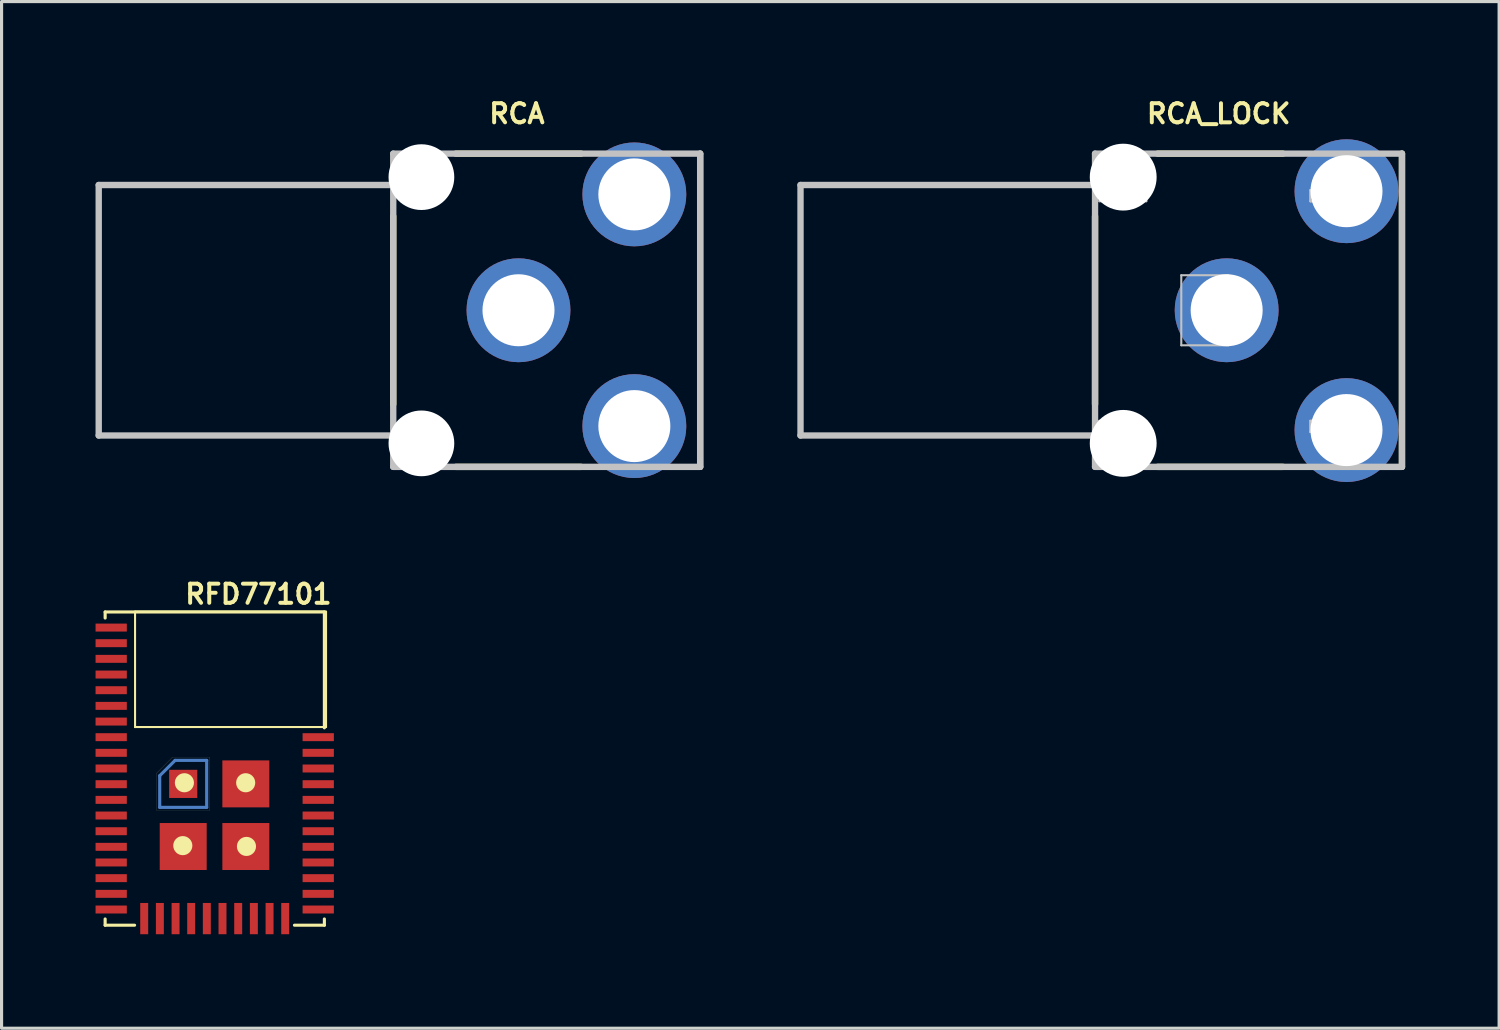
<source format=kicad_pcb>
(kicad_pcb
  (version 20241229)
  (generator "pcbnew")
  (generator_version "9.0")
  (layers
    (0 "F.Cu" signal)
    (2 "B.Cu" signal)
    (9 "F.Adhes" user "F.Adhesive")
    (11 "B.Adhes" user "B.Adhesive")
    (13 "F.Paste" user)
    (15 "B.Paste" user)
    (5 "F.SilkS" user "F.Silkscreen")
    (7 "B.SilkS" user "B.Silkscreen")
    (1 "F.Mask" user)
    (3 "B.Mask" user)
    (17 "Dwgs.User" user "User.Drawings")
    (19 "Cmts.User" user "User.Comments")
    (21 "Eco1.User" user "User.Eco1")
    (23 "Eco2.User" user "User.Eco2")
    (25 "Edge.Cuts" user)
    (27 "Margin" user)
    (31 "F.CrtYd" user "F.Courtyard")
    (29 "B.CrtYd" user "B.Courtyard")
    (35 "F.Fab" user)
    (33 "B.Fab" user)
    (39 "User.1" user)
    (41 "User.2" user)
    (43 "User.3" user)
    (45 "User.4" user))
  (footprint "RCA"
    (layer "F.Cu")
    (at 13.5 6.853)
    (property "Reference" "RCA" (at -0.051 -6.274 0) (layer "F.SilkS") (effects (font (size 0.61 0.61) (thickness 0.127))))
    (attr exclude_from_pos_files exclude_from_bom)
    (fp_line (start -3.998 -3) (end -3.998 3) (stroke (width 0.203) (type solid)) (layer "F.SilkS"))
    (fp_line (start -1.999 -4.999) (end 1.999 -4.999) (stroke (width 0.203) (type solid)) (layer "F.SilkS"))
    (fp_line (start -1.999 4.999) (end 1.999 4.999) (stroke (width 0.203) (type solid)) (layer "F.SilkS"))
    (fp_line (start 5.799 -4.999) (end 5.799 4.999) (stroke (width 0.203) (type solid)) (layer "F.SilkS"))
    (fp_line (start -13.399 -3.998) (end -13.399 3.998) (stroke (width 0.203) (type solid)) (layer "Dwgs.User"))
    (fp_line (start -13.399 3.998) (end -3.998 3.998) (stroke (width 0.203) (type solid)) (layer "Dwgs.User"))
    (fp_line (start -3.998 -4.999) (end -3.998 4.999) (stroke (width 0.203) (type solid)) (layer "Dwgs.User"))
    (fp_line (start -3.998 -3.998) (end -13.399 -3.998) (stroke (width 0.203) (type solid)) (layer "Dwgs.User"))
    (fp_line (start -3.998 4.999) (end 5.799 4.999) (stroke (width 0.203) (type solid)) (layer "Dwgs.User"))
    (fp_line (start 5.799 -4.999) (end -3.998 -4.999) (stroke (width 0.203) (type solid)) (layer "Dwgs.User"))
    (fp_line (start 5.799 4.999) (end 5.799 -4.999) (stroke (width 0.203) (type solid)) (layer "Dwgs.User"))
    (pad "" np_thru_hole circle (at -3.099 -4.249) (size 2.098 2.098) (drill 2.098) (layers "*.Cu" "*.Mask"))
    (pad "" np_thru_hole circle (at -3.099 4.249) (size 2.098 2.098) (drill 2.098) (layers "*.Cu" "*.Mask"))
    (pad "PIN" thru_hole circle (at 3.698 -3.698) (size 3.315 3.315) (drill 2.299) (layers "*.Cu" "*.Paste" "*.Mask"))
    (pad "SHEL" thru_hole circle (at 0 0) (size 3.315 3.315) (drill 2.299) (layers "*.Cu" "*.Paste" "*.Mask"))
    (pad "SWIT" thru_hole circle (at 3.698 3.698) (size 3.315 3.315) (drill 2.299) (layers "*.Cu" "*.Paste" "*.Mask")))
  (footprint "RCA_LOCK"
    (layer "F.Cu")
    (at 35.901 6.853)
    (property "Reference" "RCA_LOCK" (at -0.051 -6.274 0) (layer "F.SilkS") (effects (font (size 0.61 0.61) (thickness 0.127))))
    (attr exclude_from_pos_files exclude_from_bom)
    (fp_line (start -3.998 -3) (end -3.998 3) (stroke (width 0.203) (type solid)) (layer "F.SilkS"))
    (fp_line (start -1.999 -4.999) (end 1.999 -4.999) (stroke (width 0.203) (type solid)) (layer "F.SilkS"))
    (fp_line (start -1.999 4.999) (end 1.999 4.999) (stroke (width 0.203) (type solid)) (layer "F.SilkS"))
    (fp_line (start 5.799 -4.999) (end 5.799 4.999) (stroke (width 0.203) (type solid)) (layer "F.SilkS"))
    (fp_line (start -13.399 -3.998) (end -13.399 3.998) (stroke (width 0.203) (type solid)) (layer "Dwgs.User"))
    (fp_line (start -13.399 3.998) (end -3.998 3.998) (stroke (width 0.203) (type solid)) (layer "Dwgs.User"))
    (fp_line (start -3.998 -4.999) (end -3.998 4.999) (stroke (width 0.203) (type solid)) (layer "Dwgs.User"))
    (fp_line (start -3.998 -3.998) (end -13.399 -3.998) (stroke (width 0.203) (type solid)) (layer "Dwgs.User"))
    (fp_line (start -3.998 4.999) (end 5.799 4.999) (stroke (width 0.203) (type solid)) (layer "Dwgs.User"))
    (fp_line (start -3.861 -4.978) (end -2.362 -4.978) (stroke (width 0.066) (type solid)) (layer "Dwgs.User"))
    (fp_line (start -3.861 -3.48) (end -3.861 -4.978) (stroke (width 0.066) (type solid)) (layer "Dwgs.User"))
    (fp_line (start -3.861 -3.48) (end -2.362 -3.48) (stroke (width 0.066) (type solid)) (layer "Dwgs.User"))
    (fp_line (start -3.861 3.531) (end -2.362 3.531) (stroke (width 0.066) (type solid)) (layer "Dwgs.User"))
    (fp_line (start -3.861 5.029) (end -3.861 3.531) (stroke (width 0.066) (type solid)) (layer "Dwgs.User"))
    (fp_line (start -3.861 5.029) (end -2.362 5.029) (stroke (width 0.066) (type solid)) (layer "Dwgs.User"))
    (fp_line (start -2.362 -3.48) (end -2.362 -4.978) (stroke (width 0.066) (type solid)) (layer "Dwgs.User"))
    (fp_line (start -2.362 5.029) (end -2.362 3.531) (stroke (width 0.066) (type solid)) (layer "Dwgs.User"))
    (fp_line (start -1.245 -1.118) (end 0.254 -1.118) (stroke (width 0.066) (type solid)) (layer "Dwgs.User"))
    (fp_line (start -1.245 1.118) (end -1.245 -1.118) (stroke (width 0.066) (type solid)) (layer "Dwgs.User"))
    (fp_line (start -1.245 1.118) (end 0.254 1.118) (stroke (width 0.066) (type solid)) (layer "Dwgs.User"))
    (fp_line (start 0.254 1.118) (end 0.254 -1.118) (stroke (width 0.066) (type solid)) (layer "Dwgs.User"))
    (fp_line (start 2.87 -3.835) (end 5.105 -3.835) (stroke (width 0.066) (type solid)) (layer "Dwgs.User"))
    (fp_line (start 2.87 -3.48) (end 2.87 -3.835) (stroke (width 0.066) (type solid)) (layer "Dwgs.User"))
    (fp_line (start 2.87 -3.48) (end 5.105 -3.48) (stroke (width 0.066) (type solid)) (layer "Dwgs.User"))
    (fp_line (start 2.87 3.531) (end 5.105 3.531) (stroke (width 0.066) (type solid)) (layer "Dwgs.User"))
    (fp_line (start 2.87 3.886) (end 2.87 3.531) (stroke (width 0.066) (type solid)) (layer "Dwgs.User"))
    (fp_line (start 2.87 3.886) (end 5.105 3.886) (stroke (width 0.066) (type solid)) (layer "Dwgs.User"))
    (fp_line (start 4.47 -3.454) (end 2.87 -3.454) (stroke (width 0.025) (type solid)) (layer "Dwgs.User"))
    (fp_line (start 4.47 3.505) (end 2.87 3.505) (stroke (width 0.025) (type solid)) (layer "Dwgs.User"))
    (fp_line (start 5.105 -3.48) (end 5.105 -3.835) (stroke (width 0.066) (type solid)) (layer "Dwgs.User"))
    (fp_line (start 5.105 3.886) (end 5.105 3.531) (stroke (width 0.066) (type solid)) (layer "Dwgs.User"))
    (fp_line (start 5.799 -4.999) (end -3.998 -4.999) (stroke (width 0.203) (type solid)) (layer "Dwgs.User"))
    (fp_line (start 5.799 4.999) (end 5.799 -4.999) (stroke (width 0.203) (type solid)) (layer "Dwgs.User"))
    (pad "" np_thru_hole circle (at -3.099 -4.249) (size 2.134 2.134) (drill 2.134) (layers "*.Cu" "*.Mask"))
    (pad "" np_thru_hole circle (at -3.099 4.249) (size 2.134 2.134) (drill 2.134) (layers "*.Cu" "*.Mask"))
    (pad "PIN" thru_hole circle (at 4.028 -3.8) (size 3.315 3.315) (drill 2.299) (layers "*.Cu" "*.Paste" "*.Mask"))
    (pad "SHEL" thru_hole circle (at 0.203 0) (size 3.315 3.315) (drill 2.299) (layers "*.Cu" "*.Paste" "*.Mask"))
    (pad "SWIT" thru_hole circle (at 4.028 3.825) (size 3.315 3.315) (drill 2.299) (layers "*.Cu" "*.Paste" "*.Mask")))
  (footprint "RFD77101"
    (layer "F.Cu")
    (at 0.499 16.982)
    (property "Reference" "RFD77101" (at 4.699 -1.067 0) (layer "F.SilkS") (effects (font (size 0.61 0.61) (thickness 0.127))))
    (attr smd)
    (fp_line (start 1.549 4.729) (end 2.04 4.239) (stroke (width 0.1) (type solid)) (layer "B.Cu"))
    (fp_line (start 1.549 5.738) (end 1.549 4.729) (stroke (width 0.1) (type solid)) (layer "B.Cu"))
    (fp_line (start 2.04 4.239) (end 3.048 4.239) (stroke (width 0.1) (type solid)) (layer "B.Cu"))
    (fp_line (start 3.048 4.239) (end 3.048 5.738) (stroke (width 0.1) (type solid)) (layer "B.Cu"))
    (fp_line (start 3.048 5.738) (end 1.549 5.738) (stroke (width 0.1) (type solid)) (layer "B.Cu"))
    (fp_line (start -0.193 -0.498) (end 6.805 -0.498) (stroke (width 0.099) (type solid)) (layer "F.SilkS"))
    (fp_line (start -0.193 -0.305) (end -0.193 -0.498) (stroke (width 0.099) (type solid)) (layer "F.SilkS"))
    (fp_line (start -0.193 9.5) (end -0.193 9.301) (stroke (width 0.099) (type solid)) (layer "F.SilkS"))
    (fp_line (start -0.193 9.5) (end 0.747 9.5) (stroke (width 0.099) (type solid)) (layer "F.SilkS"))
    (fp_line (start 0.762 -0.508) (end 6.858 -0.508) (stroke (width 0.066) (type solid)) (layer "F.SilkS"))
    (fp_line (start 0.762 3.175) (end 0.762 -0.508) (stroke (width 0.066) (type solid)) (layer "F.SilkS"))
    (fp_line (start 0.762 3.175) (end 6.858 3.175) (stroke (width 0.066) (type solid)) (layer "F.SilkS"))
    (fp_line (start 1.448 4.648) (end 1.448 5.839) (stroke (width 0.003) (type solid)) (layer "F.SilkS"))
    (fp_line (start 1.448 5.839) (end 3.15 5.839) (stroke (width 0.003) (type solid)) (layer "F.SilkS"))
    (fp_line (start 1.958 4.138) (end 1.448 4.648) (stroke (width 0.003) (type solid)) (layer "F.SilkS"))
    (fp_line (start 3.15 4.138) (end 1.958 4.138) (stroke (width 0.003) (type solid)) (layer "F.SilkS"))
    (fp_line (start 3.15 5.839) (end 3.15 4.138) (stroke (width 0.003) (type solid)) (layer "F.SilkS"))
    (fp_line (start 5.85 9.5) (end 6.805 9.5) (stroke (width 0.099) (type solid)) (layer "F.SilkS"))
    (fp_line (start 6.805 -0.498) (end 6.805 3.2) (stroke (width 0.099) (type solid)) (layer "F.SilkS"))
    (fp_line (start 6.805 9.5) (end 6.805 9.301) (stroke (width 0.099) (type solid)) (layer "F.SilkS"))
    (fp_line (start 6.858 3.175) (end 6.858 -0.508) (stroke (width 0.066) (type solid)) (layer "F.SilkS"))
    (fp_circle (center 2.286 6.96) (end 2.286 6.655) (stroke (width 0) (type solid)) (fill yes) (layer "F.SilkS"))
    (fp_circle (center 2.337 4.953) (end 2.337 4.648) (stroke (width 0) (type solid)) (fill yes) (layer "F.SilkS"))
    (fp_circle (center 4.293 4.953) (end 4.293 4.648) (stroke (width 0) (type solid)) (fill yes) (layer "F.SilkS"))
    (fp_circle (center 4.318 6.985) (end 4.318 6.68) (stroke (width 0) (type solid)) (fill yes) (layer "F.SilkS"))
    (fp_line (start 0.762 -0.508) (end 6.858 -0.508) (stroke (width 0.066) (type solid)) (layer "Eco2.User"))
    (fp_line (start 0.762 3.175) (end 0.762 -0.508) (stroke (width 0.066) (type solid)) (layer "Eco2.User"))
    (fp_line (start 0.762 3.175) (end 6.858 3.175) (stroke (width 0.066) (type solid)) (layer "Eco2.User"))
    (fp_line (start 6.858 3.175) (end 6.858 -0.508) (stroke (width 0.066) (type solid)) (layer "Eco2.User"))
    (pad "1" smd rect (at 0 0) (size 0.998 0.254) (layers "F.Cu" "F.Mask" "F.Paste"))
    (pad "2" smd rect (at 0 0.498) (size 0.998 0.254) (layers "F.Cu" "F.Mask" "F.Paste"))
    (pad "3" smd rect (at 0 0.998) (size 0.998 0.254) (layers "F.Cu" "F.Mask" "F.Paste"))
    (pad "4" smd rect (at 0 1.499) (size 0.998 0.254) (layers "F.Cu" "F.Mask" "F.Paste"))
    (pad "5" smd rect (at 0 1.999) (size 0.998 0.254) (layers "F.Cu" "F.Mask" "F.Paste"))
    (pad "6" smd rect (at 0 2.499) (size 0.998 0.254) (layers "F.Cu" "F.Mask" "F.Paste"))
    (pad "7" smd rect (at 0 3) (size 0.998 0.254) (layers "F.Cu" "F.Mask" "F.Paste"))
    (pad "8" smd rect (at 0 3.498) (size 0.998 0.254) (layers "F.Cu" "F.Mask" "F.Paste"))
    (pad "9" smd rect (at 0 3.998) (size 0.998 0.254) (layers "F.Cu" "F.Mask" "F.Paste"))
    (pad "10" smd rect (at 0 4.498) (size 0.998 0.254) (layers "F.Cu" "F.Mask" "F.Paste"))
    (pad "11" smd rect (at 0 4.999) (size 0.998 0.254) (layers "F.Cu" "F.Mask" "F.Paste"))
    (pad "12" smd rect (at 0 5.499) (size 0.998 0.254) (layers "F.Cu" "F.Mask" "F.Paste"))
    (pad "13" smd rect (at 0 5.999) (size 0.998 0.254) (layers "F.Cu" "F.Mask" "F.Paste"))
    (pad "14" smd rect (at 0 6.5) (size 0.998 0.254) (layers "F.Cu" "F.Mask" "F.Paste"))
    (pad "15" smd rect (at 0 6.998) (size 0.998 0.254) (layers "F.Cu" "F.Mask" "F.Paste"))
    (pad "16" smd rect (at 0 7.498) (size 0.998 0.254) (layers "F.Cu" "F.Mask" "F.Paste"))
    (pad "17" smd rect (at 0 7.998) (size 0.998 0.254) (layers "F.Cu" "F.Mask" "F.Paste"))
    (pad "18" smd rect (at 0 8.499) (size 0.998 0.254) (layers "F.Cu" "F.Mask" "F.Paste"))
    (pad "19" smd rect (at 0 8.999) (size 0.998 0.254) (layers "F.Cu" "F.Mask" "F.Paste"))
    (pad "20" smd rect (at 1.054 9.289 90) (size 0.998 0.254) (layers "F.Cu" "F.Mask" "F.Paste"))
    (pad "21" smd rect (at 1.554 9.289 90) (size 0.998 0.254) (layers "F.Cu" "F.Mask" "F.Paste"))
    (pad "22" smd rect (at 2.055 9.289 90) (size 0.998 0.254) (layers "F.Cu" "F.Mask" "F.Paste"))
    (pad "23" smd rect (at 2.553 9.289 90) (size 0.998 0.254) (layers "F.Cu" "F.Mask" "F.Paste"))
    (pad "24" smd rect (at 3.053 9.289 90) (size 0.998 0.254) (layers "F.Cu" "F.Mask" "F.Paste"))
    (pad "25" smd rect (at 3.553 9.289 90) (size 0.998 0.254) (layers "F.Cu" "F.Mask" "F.Paste"))
    (pad "26" smd rect (at 4.054 9.289 90) (size 0.998 0.254) (layers "F.Cu" "F.Mask" "F.Paste"))
    (pad "27" smd rect (at 4.554 9.289 90) (size 0.998 0.254) (layers "F.Cu" "F.Mask" "F.Paste"))
    (pad "28" smd rect (at 5.055 9.289 90) (size 0.998 0.254) (layers "F.Cu" "F.Mask" "F.Paste"))
    (pad "29" smd rect (at 5.555 9.289 90) (size 0.998 0.254) (layers "F.Cu" "F.Mask" "F.Paste"))
    (pad "30" smd rect (at 6.609 8.999) (size 0.998 0.254) (layers "F.Cu" "F.Mask" "F.Paste"))
    (pad "31" smd rect (at 6.609 8.499) (size 0.998 0.254) (layers "F.Cu" "F.Mask" "F.Paste"))
    (pad "32" smd rect (at 6.609 7.998) (size 0.998 0.254) (layers "F.Cu" "F.Mask" "F.Paste"))
    (pad "33" smd rect (at 6.609 7.498) (size 0.998 0.254) (layers "F.Cu" "F.Mask" "F.Paste"))
    (pad "34" smd rect (at 6.609 6.998) (size 0.998 0.254) (layers "F.Cu" "F.Mask" "F.Paste"))
    (pad "35" smd rect (at 6.609 6.5) (size 0.998 0.254) (layers "F.Cu" "F.Mask" "F.Paste"))
    (pad "36" smd rect (at 6.609 5.999) (size 0.998 0.254) (layers "F.Cu" "F.Mask" "F.Paste"))
    (pad "37" smd rect (at 6.609 5.499) (size 0.998 0.254) (layers "F.Cu" "F.Mask" "F.Paste"))
    (pad "38" smd rect (at 6.609 4.999) (size 0.998 0.254) (layers "F.Cu" "F.Mask" "F.Paste"))
    (pad "39" smd rect (at 6.609 4.498) (size 0.998 0.254) (layers "F.Cu" "F.Mask" "F.Paste"))
    (pad "40" smd rect (at 6.609 3.998) (size 0.998 0.254) (layers "F.Cu" "F.Mask" "F.Paste"))
    (pad "41" smd rect (at 6.609 3.498) (size 0.998 0.254) (layers "F.Cu" "F.Mask" "F.Paste"))
    (pad "42" smd rect (at 2.299 4.989) (size 0.899 0.899) (layers "F.Cu" "F.Mask" "F.Paste"))
    (pad "43" smd rect (at 2.299 6.988) (size 1.499 1.499) (layers "F.Cu" "F.Mask" "F.Paste"))
    (pad "44" smd rect (at 4.298 6.988) (size 1.499 1.499) (layers "F.Cu" "F.Mask" "F.Paste"))
    (pad "45" smd rect (at 4.298 4.989) (size 1.499 1.499) (layers "F.Cu" "F.Mask" "F.Paste")))
  (gr_rect
    (start -3 -3)
    (end 44.801 29.77)
    (stroke (width 0.1) (type default))
    (fill no)
    (layer "Edge.Cuts")))
</source>
